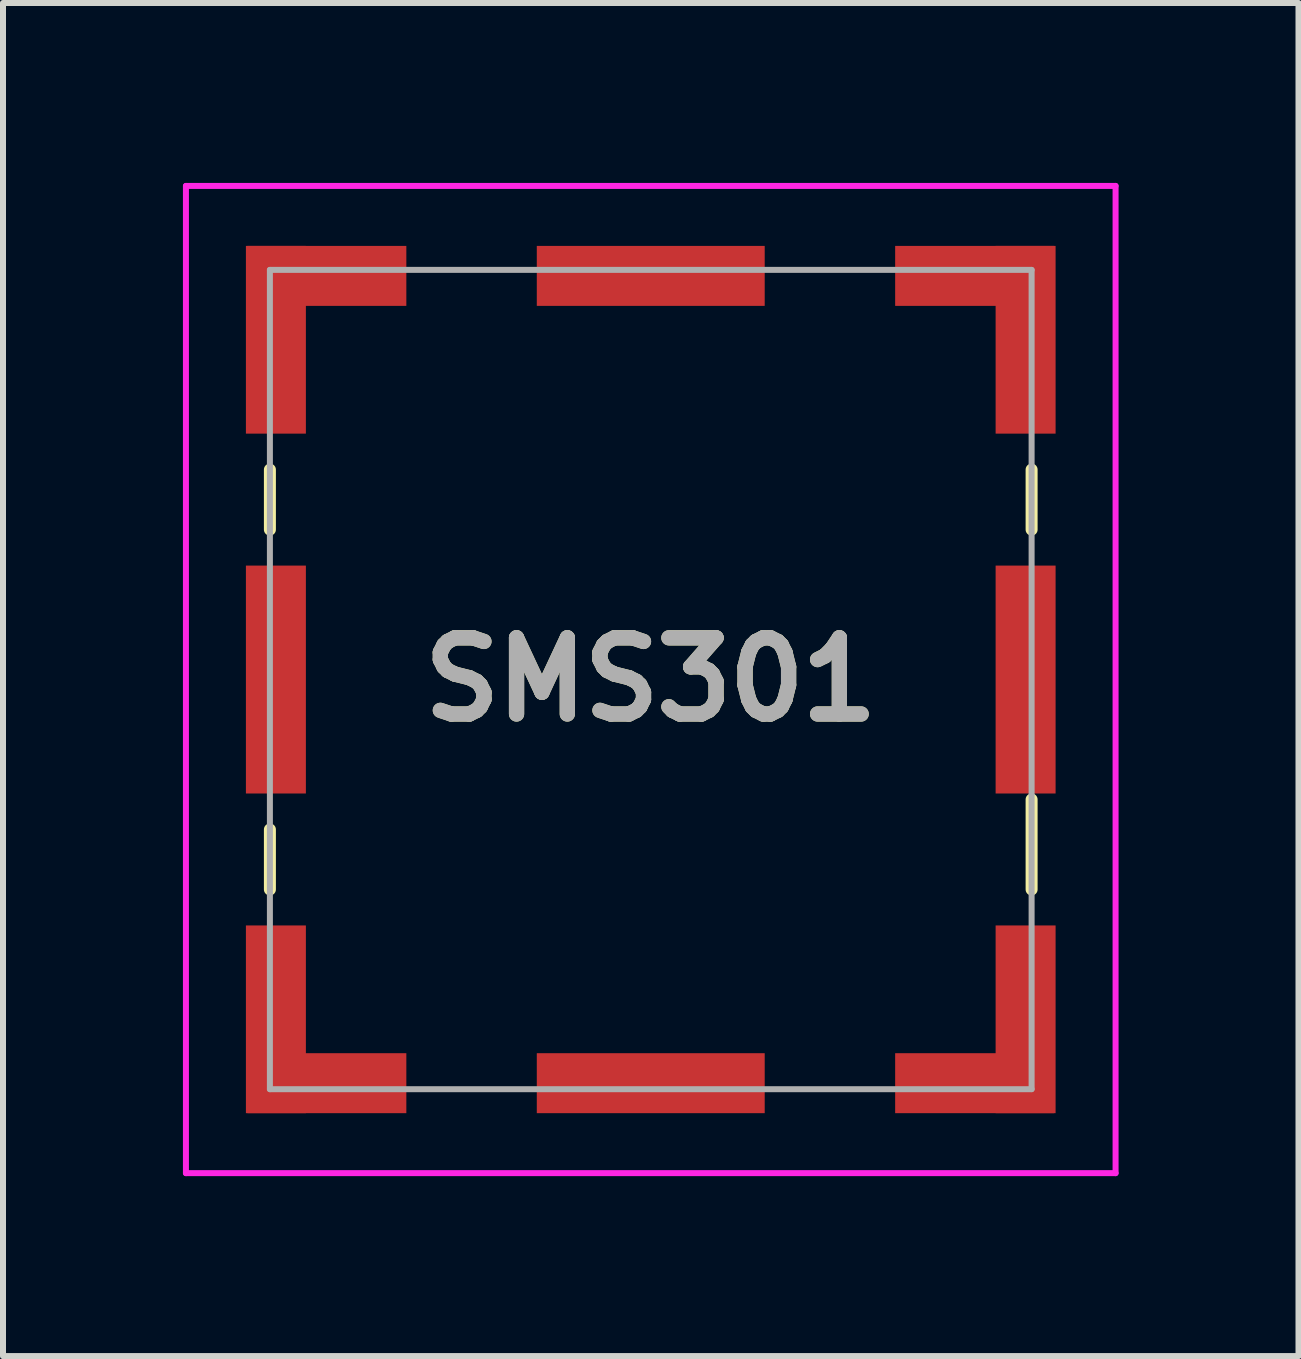
<source format=kicad_pcb>
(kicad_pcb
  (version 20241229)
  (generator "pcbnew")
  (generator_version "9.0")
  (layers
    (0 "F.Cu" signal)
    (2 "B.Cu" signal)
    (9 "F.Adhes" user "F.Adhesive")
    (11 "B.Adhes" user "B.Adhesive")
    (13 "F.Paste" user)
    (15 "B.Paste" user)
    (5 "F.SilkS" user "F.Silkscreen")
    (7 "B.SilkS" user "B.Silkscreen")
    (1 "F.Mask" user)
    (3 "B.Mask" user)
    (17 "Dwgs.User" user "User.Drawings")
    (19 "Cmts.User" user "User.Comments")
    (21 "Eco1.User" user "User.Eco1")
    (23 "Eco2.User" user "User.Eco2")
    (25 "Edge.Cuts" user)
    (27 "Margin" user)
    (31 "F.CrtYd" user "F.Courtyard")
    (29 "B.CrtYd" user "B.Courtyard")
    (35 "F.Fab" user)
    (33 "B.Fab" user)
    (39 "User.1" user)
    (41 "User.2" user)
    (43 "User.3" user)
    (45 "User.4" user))
  (footprint "SMS301"
    (layer "F.Cu")
    (at 7.8 8.28)
    (property "Reference" "SMS301" (at 0 0 0) (layer "F.SilkS") (effects (font (size 1.27 1.27) (thickness 0.254))))
    (attr smd)
    (fp_line (start -6.35 -3.5) (end -6.35 -2.5) (stroke (width 0.2) (type solid)) (layer "F.SilkS"))
    (fp_line (start -6.35 2.5) (end -6.35 3.5) (stroke (width 0.2) (type solid)) (layer "F.SilkS"))
    (fp_line (start 6.35 -3.5) (end 6.35 -2.5) (stroke (width 0.2) (type solid)) (layer "F.SilkS"))
    (fp_line (start 6.35 2) (end 6.35 3.5) (stroke (width 0.2) (type solid)) (layer "F.SilkS"))
    (fp_line (start -7.75 -8.23) (end 7.75 -8.23) (stroke (width 0.1) (type solid)) (layer "F.CrtYd"))
    (fp_line (start -7.75 8.23) (end -7.75 -8.23) (stroke (width 0.1) (type solid)) (layer "F.CrtYd"))
    (fp_line (start 7.75 -8.23) (end 7.75 8.23) (stroke (width 0.1) (type solid)) (layer "F.CrtYd"))
    (fp_line (start 7.75 8.23) (end -7.75 8.23) (stroke (width 0.1) (type solid)) (layer "F.CrtYd"))
    (fp_line (start -6.35 -6.83) (end 6.35 -6.83) (stroke (width 0.1) (type solid)) (layer "F.Fab"))
    (fp_line (start -6.35 6.83) (end -6.35 -6.83) (stroke (width 0.1) (type solid)) (layer "F.Fab"))
    (fp_line (start 6.35 -6.83) (end 6.35 6.83) (stroke (width 0.1) (type solid)) (layer "F.Fab"))
    (fp_line (start 6.35 6.83) (end -6.35 6.83) (stroke (width 0.1) (type solid)) (layer "F.Fab"))
    (fp_text user "${REFERENCE}" (at 0 0 0) (layer "F.Fab") (effects (font (size 1.27 1.27) (thickness 0.254))))
    (pad "1" smd rect (at -6.25 5.665) (size 1 3.13) (layers "F.Cu" "F.Mask" "F.Paste"))
    (pad "2" smd rect (at -5.4 6.73 90) (size 1 2.65) (layers "F.Cu" "F.Mask" "F.Paste"))
    (pad "3" smd rect (at 0 6.73 90) (size 1 3.8) (layers "F.Cu" "F.Mask" "F.Paste"))
    (pad "4" smd rect (at 5.4 6.73 90) (size 1 2.65) (layers "F.Cu" "F.Mask" "F.Paste"))
    (pad "5" smd rect (at 6.25 5.665) (size 1 3.13) (layers "F.Cu" "F.Mask" "F.Paste"))
    (pad "6" smd rect (at 6.25 0) (size 1 3.8) (layers "F.Cu" "F.Mask" "F.Paste"))
    (pad "7" smd rect (at 6.25 -5.665) (size 1 3.13) (layers "F.Cu" "F.Mask" "F.Paste"))
    (pad "8" smd rect (at 5.4 -6.73 90) (size 1 2.65) (layers "F.Cu" "F.Mask" "F.Paste"))
    (pad "9" smd rect (at 0 -6.73 90) (size 1 3.8) (layers "F.Cu" "F.Mask" "F.Paste"))
    (pad "10" smd rect (at -5.4 -6.73 90) (size 1 2.65) (layers "F.Cu" "F.Mask" "F.Paste"))
    (pad "11" smd rect (at -6.25 -5.665) (size 1 3.13) (layers "F.Cu" "F.Mask" "F.Paste"))
    (pad "12" smd rect (at -6.25 0) (size 1 3.8) (layers "F.Cu" "F.Mask" "F.Paste")))
  (gr_rect
    (start -3 -3)
    (end 18.6 19.56)
    (stroke (width 0.1) (type default))
    (fill no)
    (layer "Edge.Cuts")))
</source>
